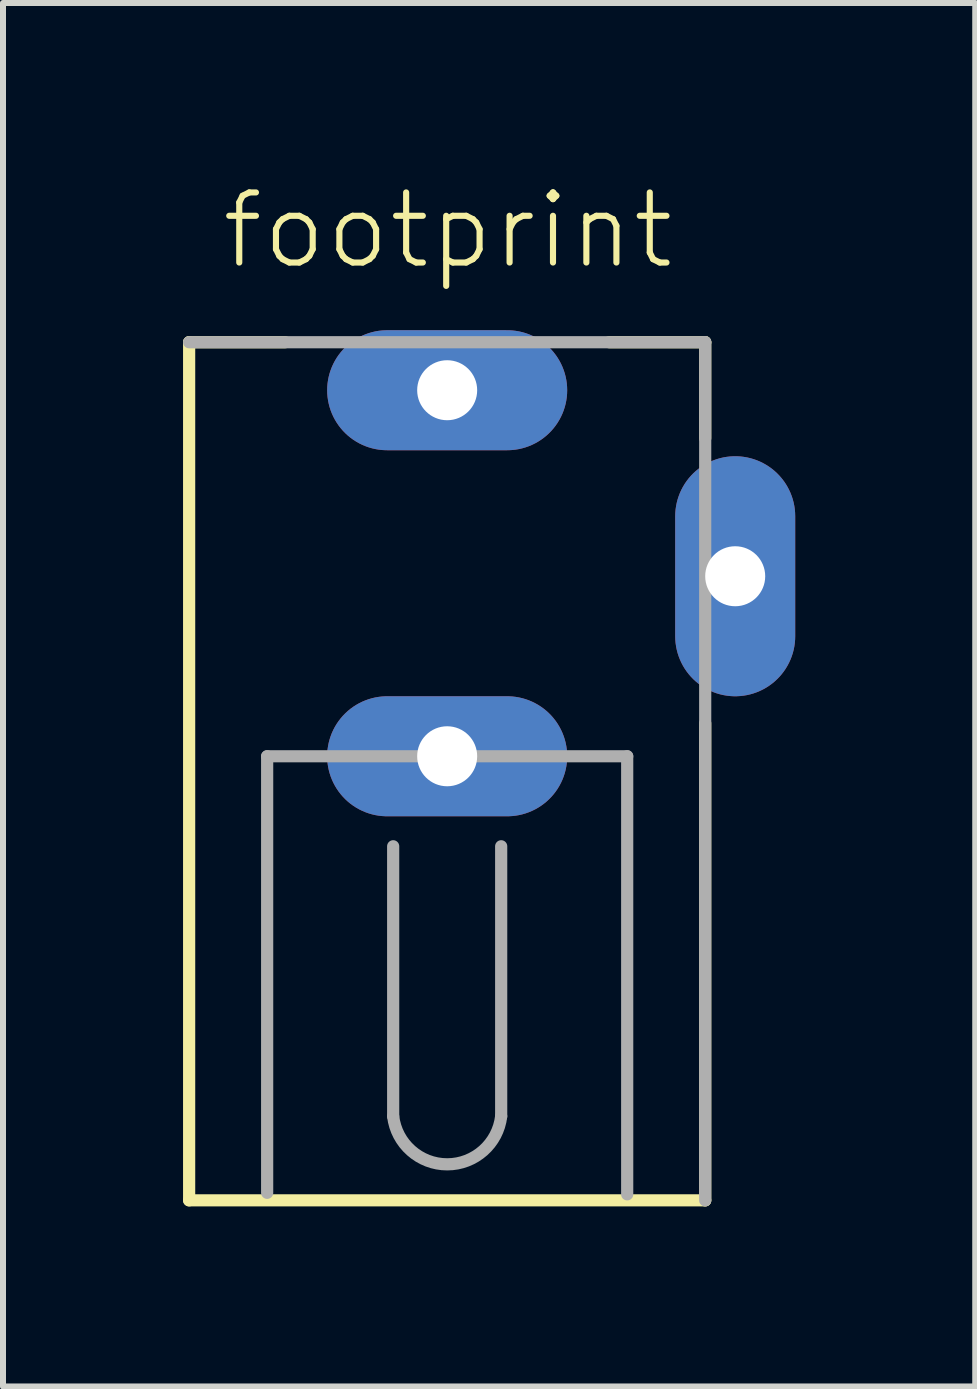
<source format=kicad_pcb>
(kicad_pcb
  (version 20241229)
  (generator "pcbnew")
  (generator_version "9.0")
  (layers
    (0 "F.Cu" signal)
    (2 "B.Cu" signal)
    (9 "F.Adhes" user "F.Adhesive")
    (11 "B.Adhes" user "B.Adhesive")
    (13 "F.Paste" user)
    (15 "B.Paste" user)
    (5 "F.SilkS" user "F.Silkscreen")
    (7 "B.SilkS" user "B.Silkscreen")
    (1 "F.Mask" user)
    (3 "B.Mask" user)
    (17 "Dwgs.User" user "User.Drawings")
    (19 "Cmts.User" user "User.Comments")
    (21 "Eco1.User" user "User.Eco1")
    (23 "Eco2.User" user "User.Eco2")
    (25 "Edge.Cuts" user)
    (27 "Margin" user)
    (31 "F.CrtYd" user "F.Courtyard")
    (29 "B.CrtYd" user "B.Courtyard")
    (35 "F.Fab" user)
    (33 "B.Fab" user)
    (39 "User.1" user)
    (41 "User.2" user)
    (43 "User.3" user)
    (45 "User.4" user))
  (footprint "footprint"
    (layer "F.Cu")
    (at 4.402 6.553)
    (property "Reference" "footprint" (at -3.81 -5.08 0) (layer "F.SilkS") (effects (font (size 1.168 1.168) (thickness 0.102)) (justify left bottom)))
    (fp_line (start -4.3 -3.9) (end -4.3 10.4) (stroke (width 0.203) (type solid)) (layer "F.SilkS"))
    (fp_line (start -4.3 10.4) (end 4.3 10.4) (stroke (width 0.203) (type solid)) (layer "F.SilkS"))
    (fp_line (start -2.7 -3.9) (end -4.3 -3.9) (stroke (width 0.203) (type solid)) (layer "F.SilkS"))
    (fp_line (start 4.3 -3.9) (end 2.7 -3.9) (stroke (width 0.203) (type solid)) (layer "F.SilkS"))
    (fp_line (start 4.3 -2.3) (end 4.3 -3.9) (stroke (width 0.203) (type solid)) (layer "F.SilkS"))
    (fp_line (start 4.3 10.4) (end 4.3 2.45) (stroke (width 0.203) (type solid)) (layer "F.SilkS"))
    (fp_line (start -3 10.275) (end -3 3) (stroke (width 0.203) (type solid)) (layer "F.Fab"))
    (fp_line (start -0.9 9) (end -0.9 4.5) (stroke (width 0.203) (type solid)) (layer "F.Fab"))
    (fp_line (start 0.9 9) (end 0.9 4.5) (stroke (width 0.203) (type solid)) (layer "F.Fab"))
    (fp_line (start 3 3) (end -3 3) (stroke (width 0.203) (type solid)) (layer "F.Fab"))
    (fp_line (start 3 10.3) (end 3 3) (stroke (width 0.203) (type solid)) (layer "F.Fab"))
    (fp_line (start 4.3 -3.9) (end -4.3 -3.9) (stroke (width 0.203) (type solid)) (layer "F.Fab"))
    (fp_line (start 4.3 10.4) (end 4.3 -3.9) (stroke (width 0.203) (type solid)) (layer "F.Fab"))
    (fp_arc (start 0.9 8.999998) (mid 0.000001 9.800308) (end -0.9 9) (stroke (width 0.2032) (type solid)) (layer "F.Fab"))
    (pad "1" thru_hole oval (at 0 -3.1 180) (size 4 2) (drill 1) (layers "*.Cu" "*.Mask"))
    (pad "2" thru_hole oval (at 4.8 0 90) (size 4 2) (drill 1) (layers "*.Cu" "*.Mask"))
    (pad "3" thru_hole oval (at 0 3 180) (size 4 2) (drill 1) (layers "*.Cu" "*.Mask")))
  (gr_rect
    (start -3 -3)
    (end 13.202 20.055)
    (stroke (width 0.1) (type default))
    (fill no)
    (layer "Edge.Cuts")))
</source>
